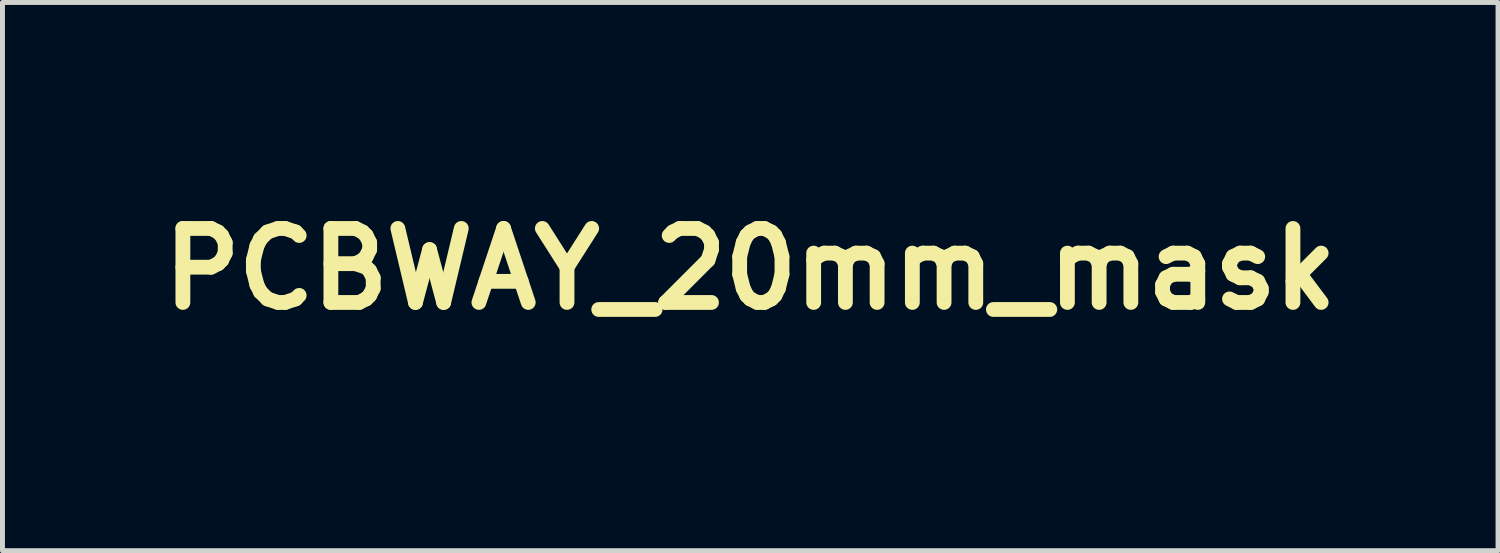
<source format=kicad_pcb>
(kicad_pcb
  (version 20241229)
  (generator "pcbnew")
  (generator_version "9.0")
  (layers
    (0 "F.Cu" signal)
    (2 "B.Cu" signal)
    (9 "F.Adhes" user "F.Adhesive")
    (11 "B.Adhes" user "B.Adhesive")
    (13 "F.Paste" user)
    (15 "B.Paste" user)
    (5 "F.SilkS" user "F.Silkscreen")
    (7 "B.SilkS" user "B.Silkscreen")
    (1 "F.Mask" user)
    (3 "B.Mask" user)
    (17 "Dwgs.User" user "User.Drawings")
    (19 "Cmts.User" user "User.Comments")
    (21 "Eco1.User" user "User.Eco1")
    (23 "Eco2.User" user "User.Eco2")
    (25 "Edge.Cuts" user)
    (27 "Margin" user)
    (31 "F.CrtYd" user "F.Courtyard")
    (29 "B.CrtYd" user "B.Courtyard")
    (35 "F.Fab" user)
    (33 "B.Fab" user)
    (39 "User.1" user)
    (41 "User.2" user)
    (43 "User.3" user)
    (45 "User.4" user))
  (footprint "PCBWAY_20mm_mask"
    (layer "F.Cu")
    (at 12.157 2.402)
    (property "Reference" "PCBWAY_20mm_mask" (at 0 0 0) (layer "F.SilkS") (effects (font (size 1.5 1.5) (thickness 0.3))))
    (attr board_only exclude_from_pos_files exclude_from_bom)
    (fp_poly (pts (xy -7.758 -2.327) (xy -7.48 -2.323) (xy -7.26 -2.318) (xy -7.09 -2.312) (xy -6.961 -2.305) (xy -6.866 -2.295) (xy -6.796 -2.282) (xy -6.742 -2.266) (xy -6.718 -2.256) (xy -6.53 -2.151) (xy -6.388 -2.017) (xy -6.274 -1.836) (xy -6.27 -1.828) (xy -6.216 -1.713) (xy -6.185 -1.614) (xy -6.17 -1.505) (xy -6.167 -1.358) (xy -6.167 -1.345) (xy -6.188 -1.076) (xy -6.252 -0.853) (xy -6.365 -0.67) (xy -6.529 -0.522) (xy -6.689 -0.428) (xy -6.775 -0.387) (xy -6.848 -0.358) (xy -6.924 -0.337) (xy -7.016 -0.324) (xy -7.138 -0.314) (xy -7.304 -0.307) (xy -7.44 -0.302) (xy -7.971 -0.283) (xy -7.977 0.317) (xy -7.983 0.917) (xy -8.301 0.927) (xy -8.44 0.929) (xy -8.554 0.926) (xy -8.626 0.919) (xy -8.642 0.913) (xy -8.647 0.876) (xy -8.652 0.779) (xy -8.656 0.628) (xy -8.659 0.43) (xy -8.662 0.191) (xy -8.665 -0.081) (xy -8.666 -0.381) (xy -8.667 -0.702) (xy -8.667 -0.725) (xy -8.667 -1.767) (xy -7.967 -1.767) (xy -7.967 -1.312) (xy -7.967 -0.858) (xy -7.592 -0.873) (xy -7.372 -0.887) (xy -7.213 -0.909) (xy -7.106 -0.941) (xy -7.099 -0.944) (xy -6.972 -1.037) (xy -6.893 -1.16) (xy -6.863 -1.299) (xy -6.878 -1.44) (xy -6.939 -1.569) (xy -7.044 -1.673) (xy -7.16 -1.727) (xy -7.251 -1.745) (xy -7.386 -1.758) (xy -7.543 -1.765) (xy -7.629 -1.767) (xy -7.967 -1.767) (xy -8.667 -1.767) (xy -8.667 -2.339)) (stroke (width 0) (type solid)) (fill yes) (layer "F.Mask"))
    (fp_poly (pts (xy -4.253 -2.291) (xy -4.063 -2.271) (xy -3.971 -2.252) (xy -3.662 -2.138) (xy -3.388 -1.973) (xy -3.258 -1.863) (xy -3.083 -1.699) (xy -3.283 -1.516) (xy -3.38 -1.431) (xy -3.458 -1.367) (xy -3.506 -1.335) (xy -3.512 -1.333) (xy -3.552 -1.354) (xy -3.622 -1.405) (xy -3.661 -1.438) (xy -3.761 -1.513) (xy -3.888 -1.59) (xy -3.965 -1.63) (xy -4.154 -1.692) (xy -4.369 -1.721) (xy -4.587 -1.715) (xy -4.783 -1.676) (xy -4.869 -1.642) (xy -5.027 -1.542) (xy -5.175 -1.41) (xy -5.298 -1.263) (xy -5.377 -1.119) (xy -5.382 -1.106) (xy -5.419 -0.934) (xy -5.431 -0.731) (xy -5.418 -0.528) (xy -5.382 -0.36) (xy -5.279 -0.155) (xy -5.13 0.011) (xy -4.945 0.138) (xy -4.733 0.221) (xy -4.504 0.261) (xy -4.269 0.253) (xy -4.036 0.196) (xy -3.817 0.088) (xy -3.717 0.016) (xy -3.623 -0.058) (xy -3.549 -0.111) (xy -3.509 -0.133) (xy -3.508 -0.133) (xy -3.473 -0.111) (xy -3.406 -0.053) (xy -3.319 0.031) (xy -3.299 0.051) (xy -3.209 0.145) (xy -3.159 0.216) (xy -3.152 0.277) (xy -3.192 0.339) (xy -3.279 0.418) (xy -3.392 0.505) (xy -3.575 0.631) (xy -3.751 0.72) (xy -3.939 0.777) (xy -4.158 0.809) (xy -4.367 0.821) (xy -4.623 0.821) (xy -4.816 0.805) (xy -4.91 0.785) (xy -5.206 0.669) (xy -5.466 0.501) (xy -5.685 0.29) (xy -5.857 0.042) (xy -5.974 -0.236) (xy -6 -0.337) (xy -6.03 -0.571) (xy -6.028 -0.833) (xy -5.996 -1.094) (xy -5.936 -1.328) (xy -5.916 -1.382) (xy -5.787 -1.614) (xy -5.606 -1.827) (xy -5.383 -2.012) (xy -5.132 -2.159) (xy -4.865 -2.256) (xy -4.833 -2.264) (xy -4.666 -2.288) (xy -4.463 -2.297)) (stroke (width 0) (type solid)) (fill yes) (layer "F.Mask"))
    (fp_poly (pts (xy 5.379 -1.634) (xy 5.654 -1.593) (xy 5.872 -1.531) (xy 6.042 -1.445) (xy 6.172 -1.329) (xy 6.27 -1.18) (xy 6.273 -1.172) (xy 6.295 -1.125) (xy 6.313 -1.079) (xy 6.326 -1.024) (xy 6.336 -0.954) (xy 6.342 -0.859) (xy 6.347 -0.732) (xy 6.349 -0.563) (xy 6.35 -0.345) (xy 6.35 -0.069) (xy 6.35 -0.05) (xy 6.35 0.917) (xy 5.958 0.926) (xy 5.567 0.935) (xy 5.567 0.818) (xy 5.562 0.74) (xy 5.55 0.701) (xy 5.548 0.7) (xy 5.512 0.718) (xy 5.445 0.764) (xy 5.421 0.782) (xy 5.268 0.88) (xy 5.107 0.938) (xy 4.917 0.964) (xy 4.809 0.966) (xy 4.649 0.96) (xy 4.529 0.94) (xy 4.425 0.902) (xy 4.404 0.891) (xy 4.237 0.771) (xy 4.113 0.611) (xy 4.033 0.423) (xy 4.001 0.22) (xy 4.01 0.105) (xy 4.807 0.105) (xy 4.813 0.206) (xy 4.863 0.314) (xy 4.958 0.386) (xy 5.086 0.421) (xy 5.233 0.416) (xy 5.385 0.368) (xy 5.454 0.331) (xy 5.511 0.293) (xy 5.545 0.255) (xy 5.561 0.199) (xy 5.566 0.107) (xy 5.567 0.01) (xy 5.567 -0.241) (xy 5.342 -0.218) (xy 5.117 -0.178) (xy 4.953 -0.111) (xy 4.85 -0.017) (xy 4.807 0.105) (xy 4.01 0.105) (xy 4.017 0.014) (xy 4.084 -0.181) (xy 4.194 -0.34) (xy 4.315 -0.449) (xy 4.47 -0.537) (xy 4.666 -0.607) (xy 4.91 -0.662) (xy 5.21 -0.705) (xy 5.325 -0.717) (xy 5.442 -0.732) (xy 5.528 -0.752) (xy 5.566 -0.771) (xy 5.567 -0.773) (xy 5.54 -0.855) (xy 5.475 -0.943) (xy 5.391 -1.013) (xy 5.345 -1.035) (xy 5.165 -1.069) (xy 4.949 -1.07) (xy 4.718 -1.039) (xy 4.524 -0.987) (xy 4.4 -0.947) (xy 4.3 -0.916) (xy 4.24 -0.901) (xy 4.233 -0.9) (xy 4.218 -0.931) (xy 4.207 -1.017) (xy 4.201 -1.147) (xy 4.2 -1.214) (xy 4.2 -1.529) (xy 4.375 -1.564) (xy 4.747 -1.626) (xy 5.082 -1.648)) (stroke (width 0) (type solid)) (fill yes) (layer "F.Mask"))
    (fp_poly (pts (xy -2.101 -2.368) (xy -1.814 -2.366) (xy -1.584 -2.362) (xy -1.405 -2.355) (xy -1.268 -2.346) (xy -1.164 -2.333) (xy -1.087 -2.316) (xy -1.079 -2.314) (xy -0.864 -2.224) (xy -0.704 -2.096) (xy -0.596 -1.927) (xy -0.543 -1.719) (xy -0.536 -1.613) (xy -0.557 -1.407) (xy -0.622 -1.22) (xy -0.723 -1.068) (xy -0.849 -0.967) (xy -0.916 -0.92) (xy -0.929 -0.883) (xy -0.886 -0.867) (xy -0.878 -0.867) (xy -0.821 -0.849) (xy -0.732 -0.805) (xy -0.657 -0.76) (xy -0.54 -0.673) (xy -0.459 -0.575) (xy -0.406 -0.455) (xy -0.378 -0.297) (xy -0.368 -0.09) (xy -0.367 -0.048) (xy -0.368 0.108) (xy -0.375 0.216) (xy -0.39 0.295) (xy -0.418 0.362) (xy -0.462 0.437) (xy -0.465 0.442) (xy -0.59 0.595) (xy -0.759 0.722) (xy -0.983 0.832) (xy -1.004 0.841) (xy -1.063 0.863) (xy -1.125 0.88) (xy -1.199 0.893) (xy -1.294 0.903) (xy -1.419 0.91) (xy -1.583 0.916) (xy -1.795 0.921) (xy -2.064 0.926) (xy -2.075 0.926) (xy -2.967 0.94) (xy -2.96 -0.5) (xy -2.133 -0.5) (xy -2.133 -0.096) (xy -2.133 0.308) (xy -1.808 0.294) (xy -1.594 0.277) (xy -1.443 0.249) (xy -1.376 0.223) (xy -1.27 0.144) (xy -1.212 0.04) (xy -1.195 -0.107) (xy -1.195 -0.127) (xy -1.216 -0.262) (xy -1.276 -0.363) (xy -1.381 -0.434) (xy -1.537 -0.478) (xy -1.748 -0.498) (xy -1.858 -0.5) (xy -2.133 -0.5) (xy -2.96 -0.5) (xy -2.959 -0.715) (xy -2.956 -1.279) (xy -2.13 -1.279) (xy -2.129 -1.184) (xy -2.12 -1.131) (xy -2.101 -1.105) (xy -2.069 -1.096) (xy -2.06 -1.094) (xy -1.964 -1.089) (xy -1.835 -1.093) (xy -1.703 -1.104) (xy -1.609 -1.118) (xy -1.506 -1.171) (xy -1.434 -1.266) (xy -1.399 -1.385) (xy -1.404 -1.509) (xy -1.455 -1.621) (xy -1.479 -1.649) (xy -1.586 -1.715) (xy -1.74 -1.755) (xy -1.926 -1.764) (xy -1.983 -1.761) (xy -2.117 -1.75) (xy -2.126 -1.427) (xy -2.13 -1.279) (xy -2.956 -1.279) (xy -2.95 -2.371)) (stroke (width 0) (type solid)) (fill yes) (layer "F.Mask"))
    (fp_poly (pts (xy 2.466 -1.959) (xy 2.515 -1.753) (xy 2.572 -1.511) (xy 2.631 -1.262) (xy 2.684 -1.035) (xy 2.689 -1.017) (xy 2.746 -0.774) (xy 2.79 -0.588) (xy 2.823 -0.453) (xy 2.847 -0.361) (xy 2.863 -0.305) (xy 2.873 -0.277) (xy 2.88 -0.27) (xy 2.882 -0.272) (xy 2.891 -0.306) (xy 2.913 -0.397) (xy 2.945 -0.536) (xy 2.985 -0.714) (xy 3.031 -0.923) (xy 3.08 -1.15) (xy 3.133 -1.392) (xy 3.183 -1.623) (xy 3.228 -1.83) (xy 3.266 -2.004) (xy 3.295 -2.134) (xy 3.31 -2.2) (xy 3.351 -2.383) (xy 3.748 -2.393) (xy 3.905 -2.394) (xy 4.038 -2.391) (xy 4.132 -2.383) (xy 4.174 -2.373) (xy 4.18 -2.327) (xy 4.168 -2.234) (xy 4.14 -2.108) (xy 4.137 -2.097) (xy 4.114 -2.009) (xy 4.077 -1.865) (xy 4.028 -1.674) (xy 3.969 -1.445) (xy 3.903 -1.187) (xy 3.832 -0.908) (xy 3.759 -0.617) (xy 3.75 -0.583) (xy 3.678 -0.298) (xy 3.61 -0.029) (xy 3.547 0.216) (xy 3.493 0.43) (xy 3.449 0.604) (xy 3.417 0.73) (xy 3.398 0.802) (xy 3.397 0.808) (xy 3.364 0.933) (xy 2.915 0.933) (xy 2.734 0.933) (xy 2.608 0.93) (xy 2.527 0.924) (xy 2.479 0.911) (xy 2.452 0.892) (xy 2.436 0.863) (xy 2.434 0.858) (xy 2.417 0.805) (xy 2.386 0.698) (xy 2.345 0.546) (xy 2.296 0.361) (xy 2.241 0.153) (xy 2.215 0.05) (xy 2.157 -0.174) (xy 2.102 -0.387) (xy 2.052 -0.578) (xy 2.011 -0.733) (xy 1.981 -0.841) (xy 1.974 -0.867) (xy 1.959 -0.922) (xy 1.948 -0.966) (xy 1.937 -0.995) (xy 1.926 -1.003) (xy 1.911 -0.985) (xy 1.892 -0.934) (xy 1.866 -0.847) (xy 1.831 -0.718) (xy 1.786 -0.54) (xy 1.728 -0.31) (xy 1.655 -0.022) (xy 1.641 0.033) (xy 1.417 0.917) (xy 0.958 0.926) (xy 0.763 0.928) (xy 0.626 0.926) (xy 0.54 0.918) (xy 0.495 0.904) (xy 0.485 0.893) (xy 0.472 0.847) (xy 0.447 0.749) (xy 0.411 0.609) (xy 0.369 0.44) (xy 0.334 0.3) (xy 0.289 0.123) (xy 0.232 -0.104) (xy 0.165 -0.368) (xy 0.093 -0.653) (xy 0.018 -0.947) (xy -0.056 -1.236) (xy -0.069 -1.286) (xy -0.133 -1.54) (xy -0.192 -1.773) (xy -0.243 -1.978) (xy -0.285 -2.148) (xy -0.314 -2.273) (xy -0.331 -2.346) (xy -0.333 -2.361) (xy -0.31 -2.379) (xy -0.235 -2.391) (xy -0.104 -2.398) (xy 0.088 -2.4) (xy 0.099 -2.4) (xy 0.276 -2.4) (xy 0.397 -2.397) (xy 0.474 -2.39) (xy 0.518 -2.378) (xy 0.539 -2.357) (xy 0.549 -2.327) (xy 0.55 -2.325) (xy 0.561 -2.274) (xy 0.583 -2.167) (xy 0.615 -2.012) (xy 0.655 -1.818) (xy 0.701 -1.594) (xy 0.752 -1.349) (xy 0.768 -1.268) (xy 0.819 -1.022) (xy 0.865 -0.798) (xy 0.906 -0.603) (xy 0.94 -0.447) (xy 0.964 -0.337) (xy 0.978 -0.281) (xy 0.98 -0.276) (xy 0.99 -0.304) (xy 1.015 -0.389) (xy 1.051 -0.525) (xy 1.098 -0.703) (xy 1.153 -0.915) (xy 1.214 -1.155) (xy 1.256 -1.324) (xy 1.521 -2.383) (xy 1.941 -2.393) (xy 2.361 -2.402)) (stroke (width 0) (type solid)) (fill yes) (layer "F.Mask"))
    (fp_poly (pts (xy 6.725 -1.574) (xy 6.911 -1.57) (xy 7.038 -1.561) (xy 7.113 -1.546) (xy 7.142 -1.527) (xy 7.158 -1.486) (xy 7.191 -1.393) (xy 7.238 -1.26) (xy 7.294 -1.098) (xy 7.355 -0.917) (xy 7.419 -0.73) (xy 7.481 -0.546) (xy 7.537 -0.378) (xy 7.583 -0.236) (xy 7.617 -0.131) (xy 7.634 -0.075) (xy 7.635 -0.07) (xy 7.645 -0.093) (xy 7.672 -0.172) (xy 7.714 -0.3) (xy 7.769 -0.47) (xy 7.834 -0.673) (xy 7.907 -0.902) (xy 7.985 -1.151) (xy 8.024 -1.275) (xy 8.115 -1.567) (xy 8.524 -1.567) (xy 8.681 -1.565) (xy 8.809 -1.562) (xy 8.898 -1.557) (xy 8.933 -1.55) (xy 8.933 -1.55) (xy 8.922 -1.513) (xy 8.892 -1.429) (xy 8.848 -1.312) (xy 8.821 -1.241) (xy 8.749 -1.053) (xy 8.667 -0.835) (xy 8.577 -0.594) (xy 8.481 -0.338) (xy 8.384 -0.073) (xy 8.286 0.191) (xy 8.192 0.449) (xy 8.103 0.692) (xy 8.023 0.914) (xy 7.953 1.107) (xy 7.898 1.263) (xy 7.859 1.375) (xy 7.839 1.437) (xy 7.837 1.446) (xy 7.873 1.452) (xy 7.964 1.465) (xy 8.102 1.483) (xy 8.276 1.504) (xy 8.475 1.528) (xy 8.525 1.534) (xy 8.728 1.559) (xy 8.907 1.583) (xy 9.052 1.606) (xy 9.152 1.625) (xy 9.198 1.638) (xy 9.2 1.641) (xy 9.188 1.667) (xy 9.147 1.684) (xy 9.07 1.693) (xy 8.95 1.694) (xy 8.779 1.687) (xy 8.551 1.672) (xy 8.503 1.669) (xy 8.307 1.655) (xy 8.128 1.642) (xy 7.981 1.632) (xy 7.878 1.625) (xy 7.835 1.622) (xy 7.773 1.632) (xy 7.735 1.684) (xy 7.722 1.725) (xy 7.69 1.833) (xy 7.262 1.833) (xy 7.102 1.832) (xy 6.969 1.829) (xy 6.875 1.823) (xy 6.834 1.817) (xy 6.833 1.816) (xy 6.845 1.776) (xy 6.874 1.701) (xy 6.884 1.677) (xy 6.914 1.598) (xy 6.926 1.551) (xy 6.925 1.547) (xy 6.886 1.538) (xy 6.788 1.525) (xy 6.64 1.509) (xy 6.45 1.491) (xy 6.226 1.472) (xy 5.976 1.452) (xy 5.708 1.432) (xy 5.467 1.416) (xy 4.571 1.371) (xy 3.62 1.351) (xy 2.619 1.357) (xy 1.576 1.386) (xy 0.495 1.441) (xy -0.616 1.519) (xy -1.751 1.621) (xy -2.904 1.747) (xy -3.083 1.768) (xy -3.697 1.845) (xy -4.284 1.923) (xy -4.859 2.004) (xy -5.439 2.092) (xy -6.04 2.189) (xy -6.676 2.296) (xy -7.267 2.399) (xy -7.631 2.464) (xy -7.961 2.524) (xy -8.251 2.577) (xy -8.495 2.623) (xy -8.687 2.659) (xy -8.822 2.687) (xy -8.861 2.695) (xy -8.96 2.71) (xy -8.999 2.697) (xy -9 2.692) (xy -8.994 2.643) (xy -8.979 2.55) (xy -8.961 2.445) (xy -8.934 2.323) (xy -8.906 2.253) (xy -8.869 2.221) (xy -8.852 2.216) (xy -8.734 2.191) (xy -8.559 2.158) (xy -8.336 2.119) (xy -8.072 2.074) (xy -7.777 2.025) (xy -7.46 1.973) (xy -7.129 1.92) (xy -6.794 1.867) (xy -6.462 1.816) (xy -6.142 1.768) (xy -5.843 1.724) (xy -5.575 1.686) (xy -5.433 1.667) (xy -4.115 1.504) (xy -2.843 1.372) (xy -1.603 1.27) (xy -0.384 1.199) (xy 0.83 1.155) (xy 2.049 1.14) (xy 2.711 1.143) (xy 3.237 1.15) (xy 3.707 1.158) (xy 4.134 1.168) (xy 4.527 1.182) (xy 4.898 1.198) (xy 5.26 1.219) (xy 5.622 1.243) (xy 5.996 1.273) (xy 6.393 1.308) (xy 6.467 1.314) (xy 6.645 1.329) (xy 6.8 1.34) (xy 6.918 1.344) (xy 6.989 1.343) (xy 7.004 1.339) (xy 7.025 1.299) (xy 7.062 1.214) (xy 7.107 1.1) (xy 7.114 1.082) (xy 7.205 0.848) (xy 6.954 0.182) (xy 6.863 -0.061) (xy 6.762 -0.327) (xy 6.662 -0.593) (xy 6.569 -0.836) (xy 6.502 -1.014) (xy 6.436 -1.189) (xy 6.381 -1.341) (xy 6.341 -1.461) (xy 6.319 -1.538) (xy 6.317 -1.561) (xy 6.355 -1.568) (xy 6.446 -1.572) (xy 6.576 -1.575)) (stroke (width 0) (type solid)) (fill yes) (layer "F.Mask")))
  (gr_rect
    (start -3 -3)
    (end 27.314 8.112)
    (stroke (width 0.1) (type default))
    (fill no)
    (layer "Edge.Cuts")))
</source>
